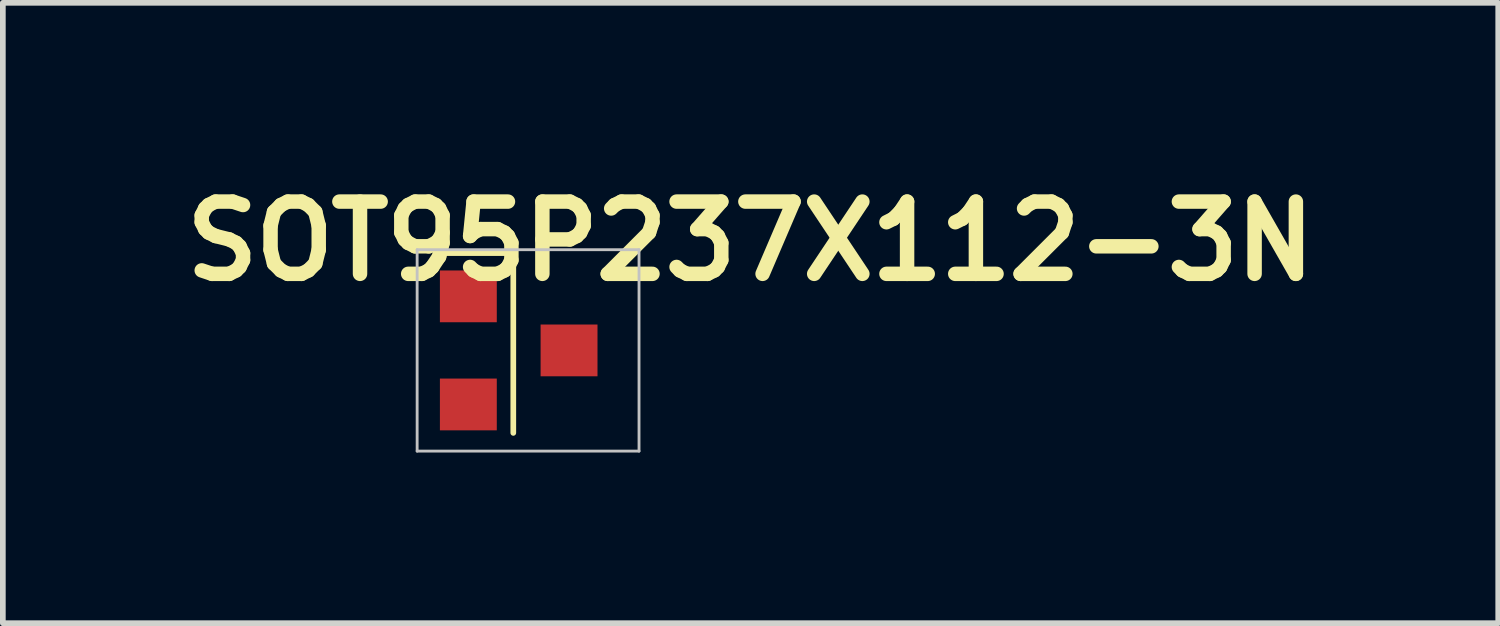
<source format=kicad_pcb>
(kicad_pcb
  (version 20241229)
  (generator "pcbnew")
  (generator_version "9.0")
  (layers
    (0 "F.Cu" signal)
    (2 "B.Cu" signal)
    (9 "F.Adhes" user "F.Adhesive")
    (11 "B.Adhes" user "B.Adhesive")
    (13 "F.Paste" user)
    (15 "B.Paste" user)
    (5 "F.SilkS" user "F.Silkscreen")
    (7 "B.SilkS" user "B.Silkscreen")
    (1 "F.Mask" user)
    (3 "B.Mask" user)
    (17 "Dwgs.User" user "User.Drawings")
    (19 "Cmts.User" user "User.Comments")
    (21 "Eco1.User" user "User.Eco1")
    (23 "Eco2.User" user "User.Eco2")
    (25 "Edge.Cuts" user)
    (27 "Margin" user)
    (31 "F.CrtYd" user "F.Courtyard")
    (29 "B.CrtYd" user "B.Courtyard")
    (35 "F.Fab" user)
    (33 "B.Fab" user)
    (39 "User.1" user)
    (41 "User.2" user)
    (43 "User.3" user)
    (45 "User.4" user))
  (footprint "SOT95P237X112-3N"
    (layer "F.Cu")
    (at 6.232 3.109)
    (property "Reference" "SOT95P237X112-3N" (at 3.91 -1.92 0) (layer "F.SilkS") (effects (font (size 1.27 1.27) (thickness 0.254))))
    (attr smd)
    (fp_line (start -1.56 -1.71) (end -0.26 -1.71) (stroke (width 0.1) (type solid)) (layer "F.SilkS"))
    (fp_line (start -0.26 1.45) (end -0.26 -1.71) (stroke (width 0.1) (type solid)) (layer "F.SilkS"))
    (fp_line (start -1.95 -1.77) (end 1.95 -1.77) (stroke (width 0.05) (type solid)) (layer "Dwgs.User"))
    (fp_line (start -1.95 1.77) (end -1.95 -1.77) (stroke (width 0.05) (type solid)) (layer "Dwgs.User"))
    (fp_line (start 1.95 -1.77) (end 1.95 1.77) (stroke (width 0.05) (type solid)) (layer "Dwgs.User"))
    (fp_line (start 1.95 1.77) (end -1.95 1.77) (stroke (width 0.05) (type solid)) (layer "Dwgs.User"))
    (pad "1" smd rect (at -1.05 -0.95 90) (size 0.91 1) (layers "F.Cu" "F.Mask" "F.Paste"))
    (pad "2" smd rect (at -1.05 0.95 90) (size 0.91 1) (layers "F.Cu" "F.Mask" "F.Paste"))
    (pad "3" smd rect (at 0.72 0 90) (size 0.91 1) (layers "F.Cu" "F.Mask" "F.Paste")))
  (gr_rect
    (start -3 -3)
    (end 23.284 7.904)
    (stroke (width 0.1) (type default))
    (fill no)
    (layer "Edge.Cuts")))
</source>
